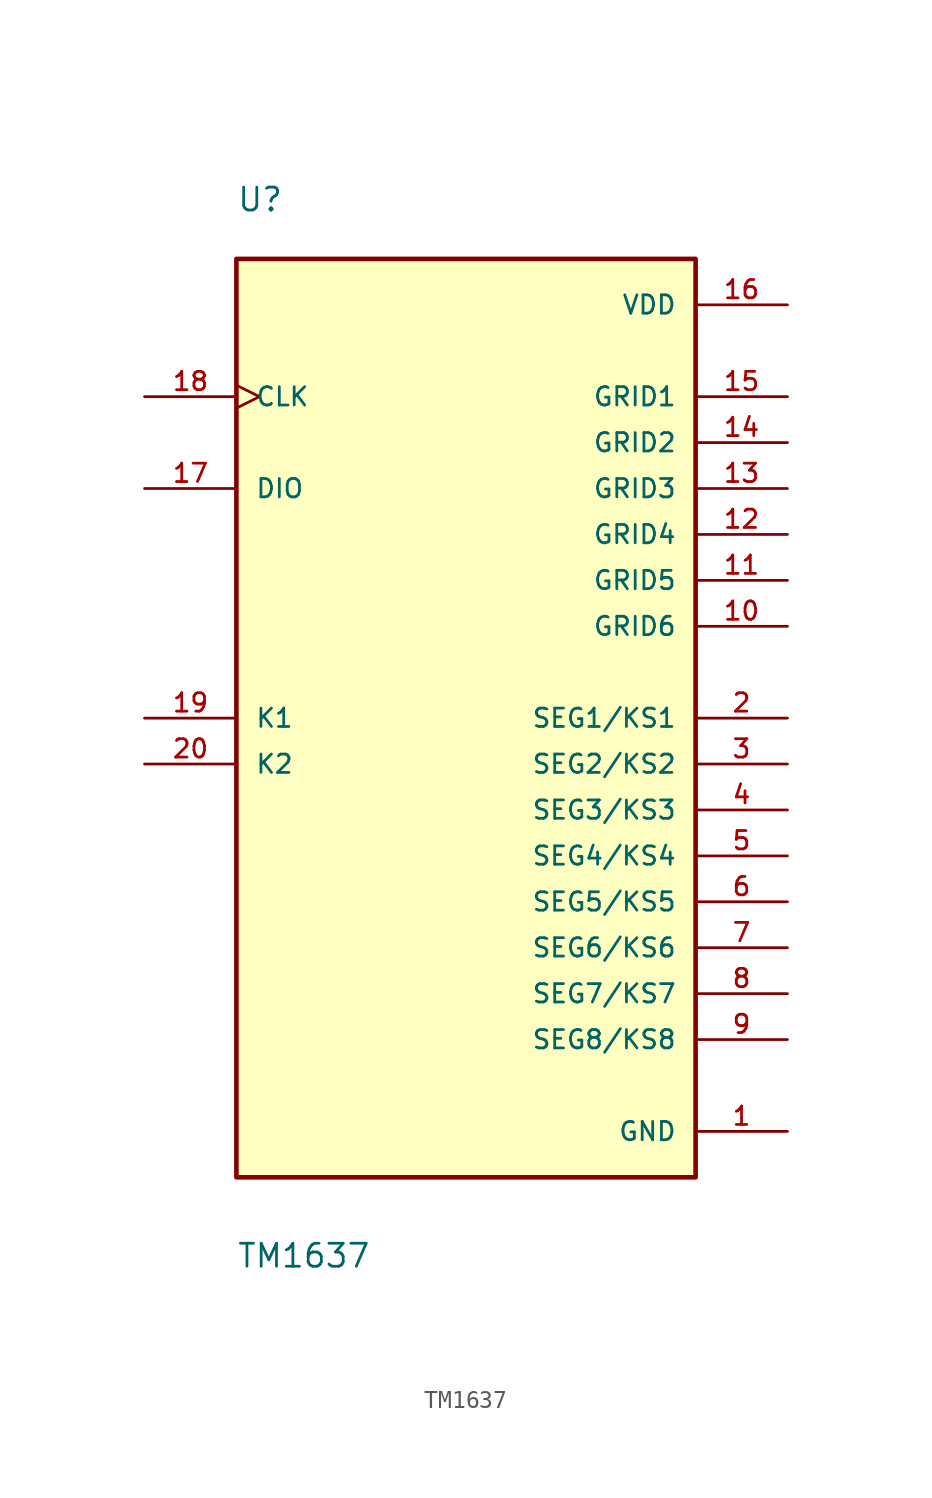
<source format=kicad_sym>
(kicad_symbol_lib
  (version 20211014)
  (generator kicad_symbol_editor)
  (symbol "TM1637"
    (pin_names
      (offset 1.016))
    (property "Reference" "U"
      (at -12.7 27.94 0)
      (effects (font (size 1.27 1.27)) (justify bottom left)))
    (property "Value" "TM1637"
      (at -12.7 -30.48 0)
      (effects (font (size 1.27 1.27)) (justify bottom left)))
    (symbol "TM1637_0_0"
      (rectangle (start -12.7 -25.4) (end 12.7 25.4) (stroke (width 0.254)) (fill (type background)))
      (pin power_in line (at 17.78 -22.86 180.0) (length 5.08) (name "GND" (effects (font (size 1.016 1.016)))) (number "1" (effects (font (size 1.016 1.016)))))
      (pin output line (at 17.78 0.0 180.0) (length 5.08) (name "SEG1/KS1" (effects (font (size 1.016 1.016)))) (number "2" (effects (font (size 1.016 1.016)))))
      (pin output line (at 17.78 -2.54 180.0) (length 5.08) (name "SEG2/KS2" (effects (font (size 1.016 1.016)))) (number "3" (effects (font (size 1.016 1.016)))))
      (pin output line (at 17.78 -5.08 180.0) (length 5.08) (name "SEG3/KS3" (effects (font (size 1.016 1.016)))) (number "4" (effects (font (size 1.016 1.016)))))
      (pin output line (at 17.78 -7.62 180.0) (length 5.08) (name "SEG4/KS4" (effects (font (size 1.016 1.016)))) (number "5" (effects (font (size 1.016 1.016)))))
      (pin output line (at 17.78 -10.16 180.0) (length 5.08) (name "SEG5/KS5" (effects (font (size 1.016 1.016)))) (number "6" (effects (font (size 1.016 1.016)))))
      (pin output line (at 17.78 -12.7 180.0) (length 5.08) (name "SEG6/KS6" (effects (font (size 1.016 1.016)))) (number "7" (effects (font (size 1.016 1.016)))))
      (pin output line (at 17.78 -15.24 180.0) (length 5.08) (name "SEG7/KS7" (effects (font (size 1.016 1.016)))) (number "8" (effects (font (size 1.016 1.016)))))
      (pin output line (at 17.78 -17.78 180.0) (length 5.08) (name "SEG8/KS8" (effects (font (size 1.016 1.016)))) (number "9" (effects (font (size 1.016 1.016)))))
      (pin output line (at 17.78 5.08 180.0) (length 5.08) (name "GRID6" (effects (font (size 1.016 1.016)))) (number "10" (effects (font (size 1.016 1.016)))))
      (pin input line (at -17.78 -2.54 0) (length 5.08) (name "K2" (effects (font (size 1.016 1.016)))) (number "20" (effects (font (size 1.016 1.016)))))
      (pin input line (at -17.78 0.0 0) (length 5.08) (name "K1" (effects (font (size 1.016 1.016)))) (number "19" (effects (font (size 1.016 1.016)))))
      (pin input clock (at -17.78 17.78 0) (length 5.08) (name "CLK" (effects (font (size 1.016 1.016)))) (number "18" (effects (font (size 1.016 1.016)))))
      (pin bidirectional line (at -17.78 12.7 0) (length 5.08) (name "DIO" (effects (font (size 1.016 1.016)))) (number "17" (effects (font (size 1.016 1.016)))))
      (pin power_in line (at 17.78 22.86 180.0) (length 5.08) (name "VDD" (effects (font (size 1.016 1.016)))) (number "16" (effects (font (size 1.016 1.016)))))
      (pin output line (at 17.78 17.78 180.0) (length 5.08) (name "GRID1" (effects (font (size 1.016 1.016)))) (number "15" (effects (font (size 1.016 1.016)))))
      (pin output line (at 17.78 15.24 180.0) (length 5.08) (name "GRID2" (effects (font (size 1.016 1.016)))) (number "14" (effects (font (size 1.016 1.016)))))
      (pin output line (at 17.78 12.7 180.0) (length 5.08) (name "GRID3" (effects (font (size 1.016 1.016)))) (number "13" (effects (font (size 1.016 1.016)))))
      (pin output line (at 17.78 10.16 180.0) (length 5.08) (name "GRID4" (effects (font (size 1.016 1.016)))) (number "12" (effects (font (size 1.016 1.016)))))
      (pin output line (at 17.78 7.62 180.0) (length 5.08) (name "GRID5" (effects (font (size 1.016 1.016)))) (number "11" (effects (font (size 1.016 1.016))))))))
</source>
